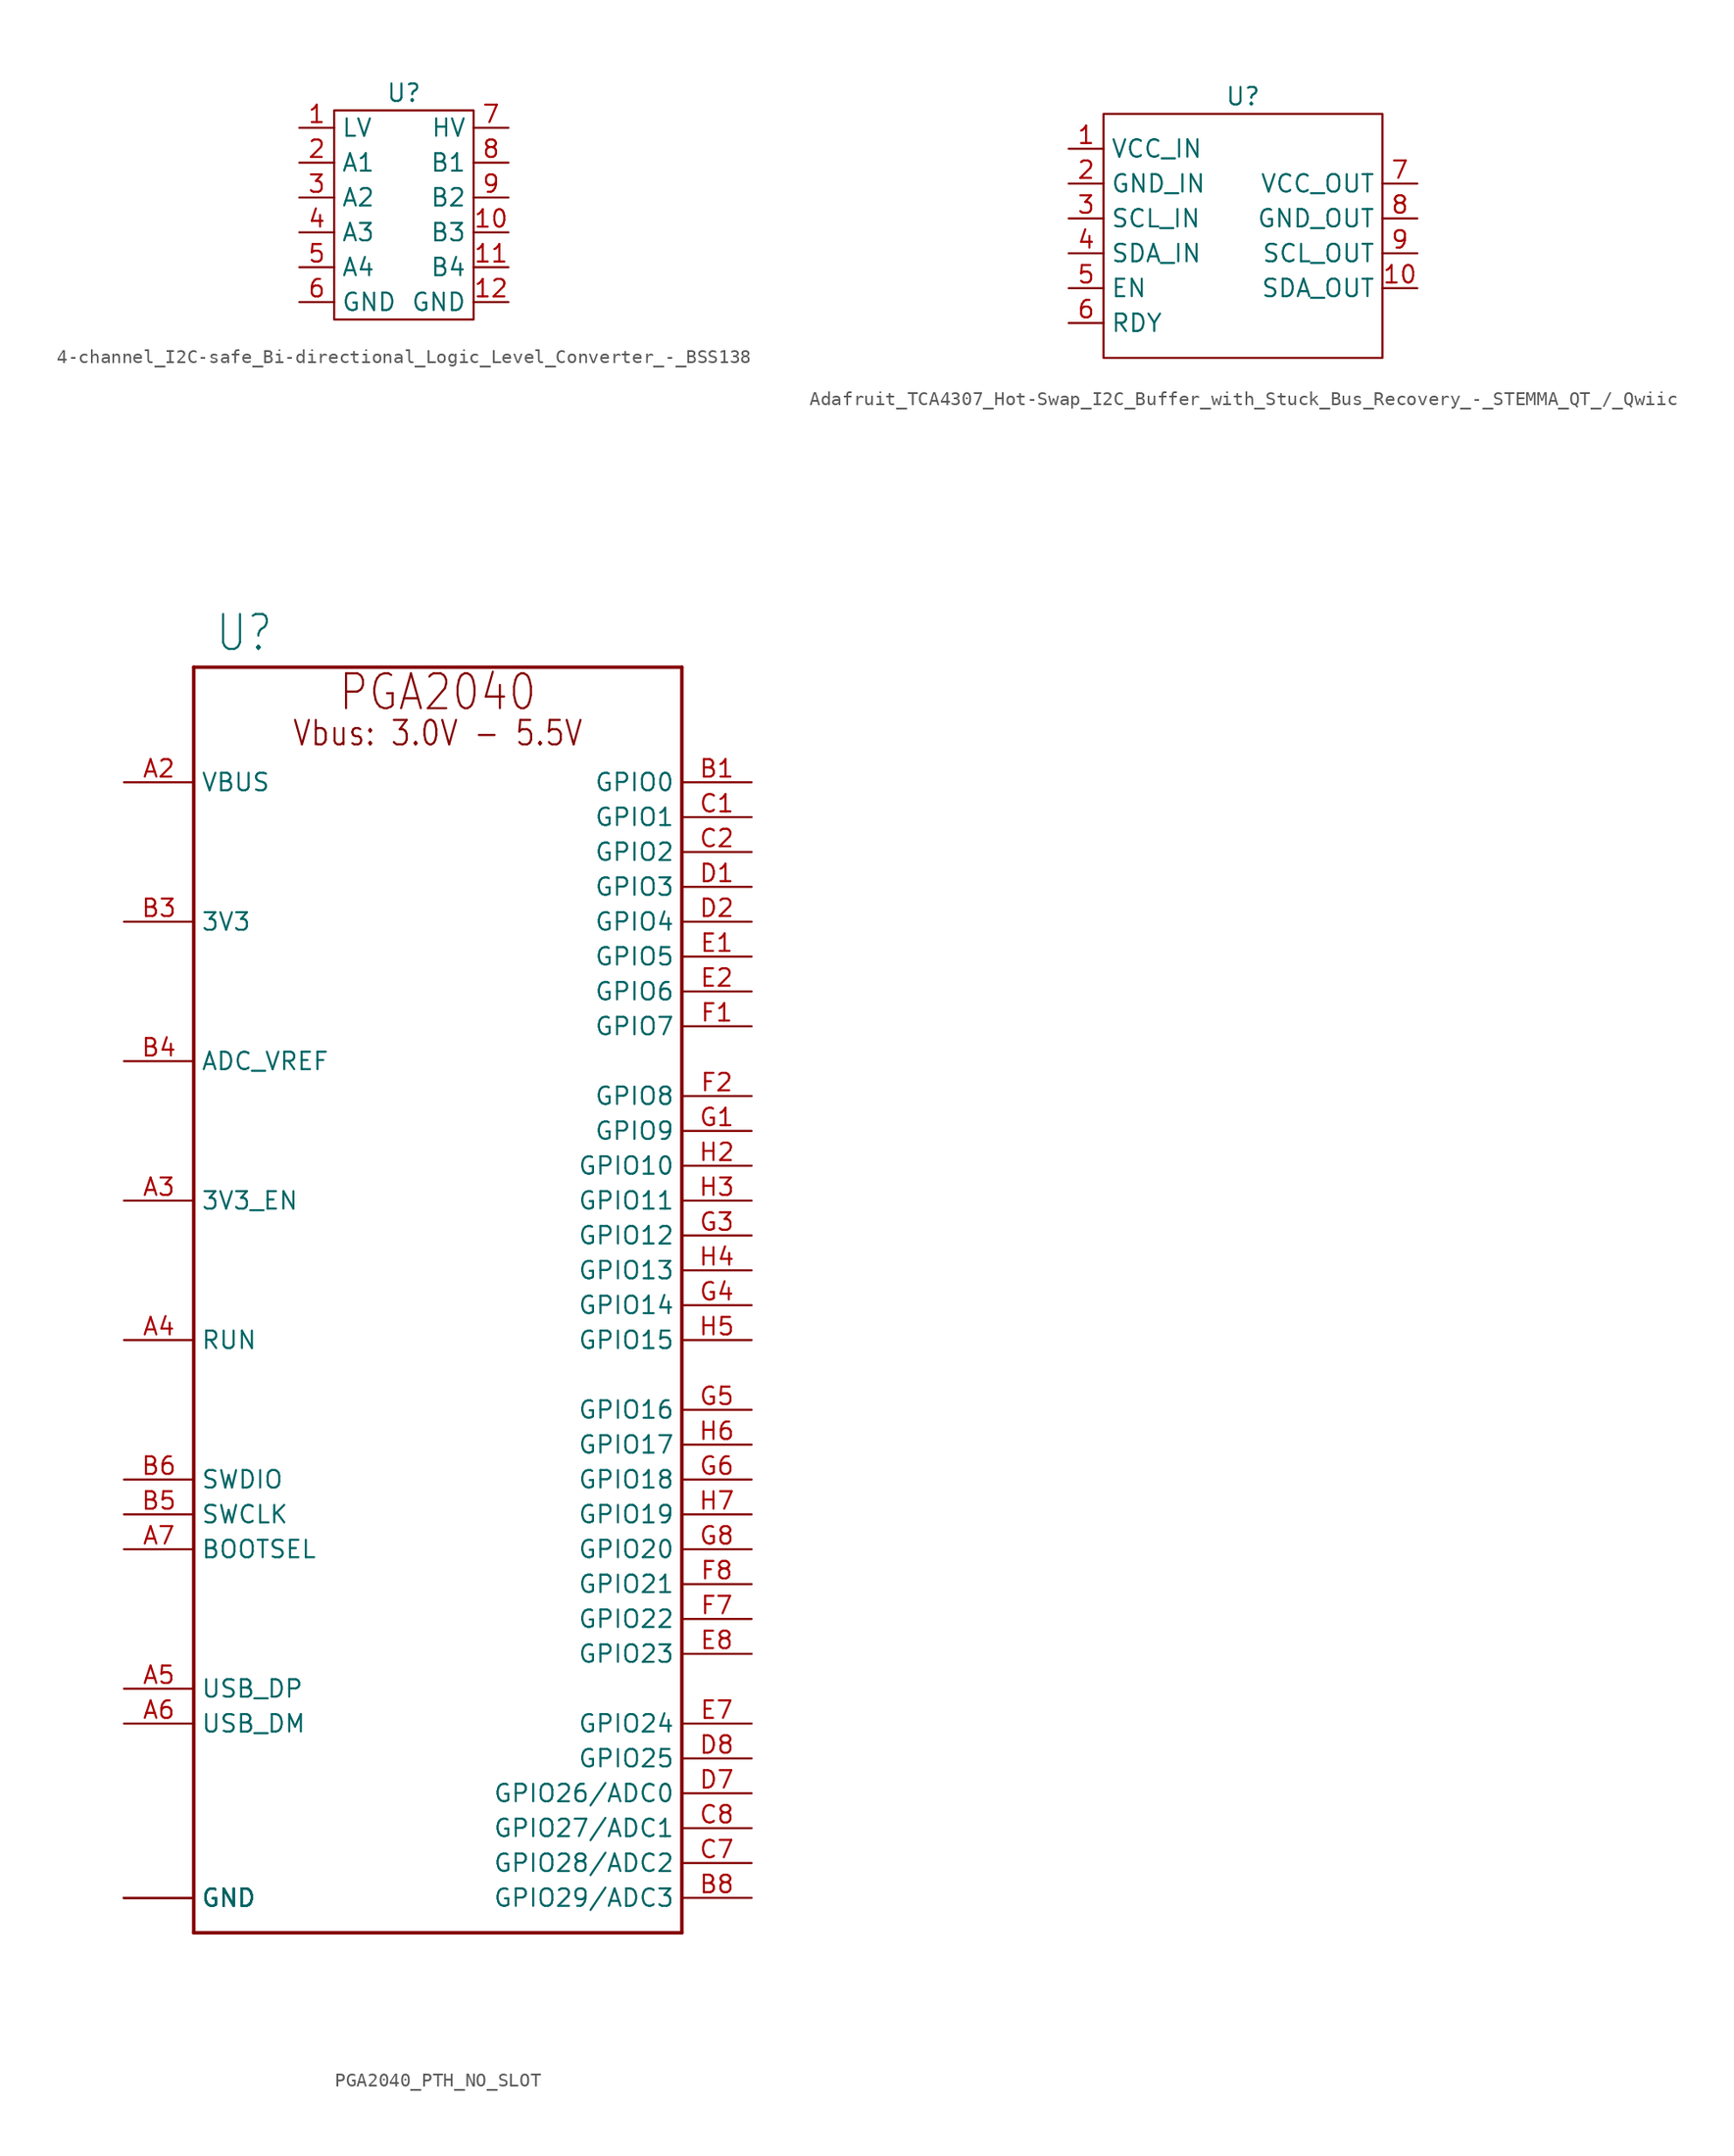
<source format=kicad_sym>
(kicad_symbol_lib
  (version 20231120)
  (generator "kicad_symbol_editor")
  (generator_version "8.0")
  (symbol "4-channel_I2C-safe_Bi-directional_Logic_Level_Converter_-_BSS138"
    (property "Reference" "U"
      (at 0 0 0)
      (effects (font (size 1.27 1.27))))
    (property "Value" ""
      (at 0 0 0)
      (effects (font (size 1.27 1.27))))
    (symbol "4-channel_I2C-safe_Bi-directional_Logic_Level_Converter_-_BSS138_0_1"
      (rectangle (start -5.08 -1.27) (end 5.08 -16.51) (stroke (width 0) (type default)) (fill (type none))))
    (symbol "4-channel_I2C-safe_Bi-directional_Logic_Level_Converter_-_BSS138_1_1"
      (pin power_in line (at -7.62 -2.54 0) (length 2.54) (name "LV" (effects (font (size 1.27 1.27)))) (number "1" (effects (font (size 1.27 1.27)))))
      (pin bidirectional line (at 7.62 -10.16 180) (length 2.54) (name "B3" (effects (font (size 1.27 1.27)))) (number "10" (effects (font (size 1.27 1.27)))))
      (pin bidirectional line (at 7.62 -12.7 180) (length 2.54) (name "B4" (effects (font (size 1.27 1.27)))) (number "11" (effects (font (size 1.27 1.27)))))
      (pin power_out line (at 7.62 -15.24 180) (length 2.54) (name "GND" (effects (font (size 1.27 1.27)))) (number "12" (effects (font (size 1.27 1.27)))))
      (pin bidirectional line (at -7.62 -5.08 0) (length 2.54) (name "A1" (effects (font (size 1.27 1.27)))) (number "2" (effects (font (size 1.27 1.27)))))
      (pin bidirectional line (at -7.62 -7.62 0) (length 2.54) (name "A2" (effects (font (size 1.27 1.27)))) (number "3" (effects (font (size 1.27 1.27)))))
      (pin bidirectional line (at -7.62 -10.16 0) (length 2.54) (name "A3" (effects (font (size 1.27 1.27)))) (number "4" (effects (font (size 1.27 1.27)))))
      (pin bidirectional line (at -7.62 -12.7 0) (length 2.54) (name "A4" (effects (font (size 1.27 1.27)))) (number "5" (effects (font (size 1.27 1.27)))))
      (pin power_out line (at -7.62 -15.24 0) (length 2.54) (name "GND" (effects (font (size 1.27 1.27)))) (number "6" (effects (font (size 1.27 1.27)))))
      (pin power_in line (at 7.62 -2.54 180) (length 2.54) (name "HV" (effects (font (size 1.27 1.27)))) (number "7" (effects (font (size 1.27 1.27)))))
      (pin bidirectional line (at 7.62 -5.08 180) (length 2.54) (name "B1" (effects (font (size 1.27 1.27)))) (number "8" (effects (font (size 1.27 1.27)))))
      (pin bidirectional line (at 7.62 -7.62 180) (length 2.54) (name "B2" (effects (font (size 1.27 1.27)))) (number "9" (effects (font (size 1.27 1.27)))))))
  (symbol "Adafruit_TCA4307_Hot-Swap_I2C_Buffer_with_Stuck_Bus_Recovery_-_STEMMA_QT_/_Qwiic"
    (property "Reference" "U"
      (at 0 0 0)
      (effects (font (size 1.27 1.27))))
    (property "Value" ""
      (at 0 0 0)
      (effects (font (size 1.27 1.27))))
    (symbol "Adafruit_TCA4307_Hot-Swap_I2C_Buffer_with_Stuck_Bus_Recovery_-_STEMMA_QT_/_Qwiic_0_1"
      (rectangle (start -10.16 -1.27) (end 10.16 -19.05) (stroke (width 0) (type default)) (fill (type none))))
    (symbol "Adafruit_TCA4307_Hot-Swap_I2C_Buffer_with_Stuck_Bus_Recovery_-_STEMMA_QT_/_Qwiic_1_1"
      (pin power_in line (at -12.7 -3.81 0) (length 2.54) (name "VCC_IN" (effects (font (size 1.27 1.27)))) (number "1" (effects (font (size 1.27 1.27)))))
      (pin bidirectional line (at 12.7 -13.97 180) (length 2.54) (name "SDA_OUT" (effects (font (size 1.27 1.27)))) (number "10" (effects (font (size 1.27 1.27)))))
      (pin power_out line (at -12.7 -6.35 0) (length 2.54) (name "GND_IN" (effects (font (size 1.27 1.27)))) (number "2" (effects (font (size 1.27 1.27)))))
      (pin bidirectional line (at -12.7 -8.89 0) (length 2.54) (name "SCL_IN" (effects (font (size 1.27 1.27)))) (number "3" (effects (font (size 1.27 1.27)))))
      (pin bidirectional line (at -12.7 -11.43 0) (length 2.54) (name "SDA_IN" (effects (font (size 1.27 1.27)))) (number "4" (effects (font (size 1.27 1.27)))))
      (pin bidirectional line (at -12.7 -13.97 0) (length 2.54) (name "EN" (effects (font (size 1.27 1.27)))) (number "5" (effects (font (size 1.27 1.27)))))
      (pin bidirectional line (at -12.7 -16.51 0) (length 2.54) (name "RDY" (effects (font (size 1.27 1.27)))) (number "6" (effects (font (size 1.27 1.27)))))
      (pin power_in line (at 12.7 -6.35 180) (length 2.54) (name "VCC_OUT" (effects (font (size 1.27 1.27)))) (number "7" (effects (font (size 1.27 1.27)))))
      (pin power_out line (at 12.7 -8.89 180) (length 2.54) (name "GND_OUT" (effects (font (size 1.27 1.27)))) (number "8" (effects (font (size 1.27 1.27)))))
      (pin bidirectional line (at 12.7 -11.43 180) (length 2.54) (name "SCL_OUT" (effects (font (size 1.27 1.27)))) (number "9" (effects (font (size 1.27 1.27)))))))
  (symbol "PGA2040_PTH_NO_SLOT"
    (property "Reference" "U"
      (at -16.256 44.958 0)
      (effects (font (size 2.54 2.159)) (justify left bottom)))
    (symbol "PGA2040_PTH_NO_SLOT_1_0"
      (polyline (pts (xy -17.78 -48.26) (xy -17.78 43.942)) (stroke (width 0.254) (type solid)) (fill (type none)))
      (polyline (pts (xy -17.78 43.942) (xy 17.78 43.942)) (stroke (width 0.254) (type solid)) (fill (type none)))
      (polyline (pts (xy 17.78 -48.26) (xy -17.78 -48.26)) (stroke (width 0.254) (type solid)) (fill (type none)))
      (polyline (pts (xy 17.78 43.942) (xy 17.78 -48.26)) (stroke (width 0.254) (type solid)) (fill (type none)))
      (text "PGA2040" (at 0 40.64 0) (effects (font (size 2.54 2.159)) (justify bottom)))
      (text "Vbus: 3.0V - 5.5V" (at 0 38.1 0) (effects (font (size 1.778 1.511)) (justify bottom)))
      (pin bidirectional line (at -22.86 -45.72 0) (length 5.08) (name "GND" (effects (font (size 1.27 1.27)))) (number "A1" (effects (font (size 0 0)))))
      (pin bidirectional line (at -22.86 35.56 0) (length 5.08) (name "VBUS" (effects (font (size 1.27 1.27)))) (number "A2" (effects (font (size 1.27 1.27)))))
      (pin bidirectional line (at -22.86 5.08 0) (length 5.08) (name "3V3_EN" (effects (font (size 1.27 1.27)))) (number "A3" (effects (font (size 1.27 1.27)))))
      (pin bidirectional line (at -22.86 -5.08 0) (length 5.08) (name "RUN" (effects (font (size 1.27 1.27)))) (number "A4" (effects (font (size 1.27 1.27)))))
      (pin bidirectional line (at -22.86 -30.48 0) (length 5.08) (name "USB_DP" (effects (font (size 1.27 1.27)))) (number "A5" (effects (font (size 1.27 1.27)))))
      (pin bidirectional line (at -22.86 -33.02 0) (length 5.08) (name "USB_DM" (effects (font (size 1.27 1.27)))) (number "A6" (effects (font (size 1.27 1.27)))))
      (pin bidirectional line (at -22.86 -20.32 0) (length 5.08) (name "BOOTSEL" (effects (font (size 1.27 1.27)))) (number "A7" (effects (font (size 1.27 1.27)))))
      (pin bidirectional line (at -22.86 -45.72 0) (length 5.08) (name "GND" (effects (font (size 1.27 1.27)))) (number "A8" (effects (font (size 0 0)))))
      (pin bidirectional line (at 22.86 35.56 180) (length 5.08) (name "GPIO0" (effects (font (size 1.27 1.27)))) (number "B1" (effects (font (size 1.27 1.27)))))
      (pin bidirectional line (at -22.86 -45.72 0) (length 5.08) (name "GND" (effects (font (size 1.27 1.27)))) (number "B2" (effects (font (size 0 0)))))
      (pin bidirectional line (at -22.86 25.4 0) (length 5.08) (name "3V3" (effects (font (size 1.27 1.27)))) (number "B3" (effects (font (size 1.27 1.27)))))
      (pin bidirectional line (at -22.86 15.24 0) (length 5.08) (name "ADC_VREF" (effects (font (size 1.27 1.27)))) (number "B4" (effects (font (size 1.27 1.27)))))
      (pin bidirectional line (at -22.86 -17.78 0) (length 5.08) (name "SWCLK" (effects (font (size 1.27 1.27)))) (number "B5" (effects (font (size 1.27 1.27)))))
      (pin bidirectional line (at -22.86 -15.24 0) (length 5.08) (name "SWDIO" (effects (font (size 1.27 1.27)))) (number "B6" (effects (font (size 1.27 1.27)))))
      (pin bidirectional line (at -22.86 -45.72 0) (length 5.08) (name "GND" (effects (font (size 1.27 1.27)))) (number "B7" (effects (font (size 0 0)))))
      (pin bidirectional line (at 22.86 -45.72 180) (length 5.08) (name "GPIO29/ADC3" (effects (font (size 1.27 1.27)))) (number "B8" (effects (font (size 1.27 1.27)))))
      (pin bidirectional line (at 22.86 33.02 180) (length 5.08) (name "GPIO1" (effects (font (size 1.27 1.27)))) (number "C1" (effects (font (size 1.27 1.27)))))
      (pin bidirectional line (at 22.86 30.48 180) (length 5.08) (name "GPIO2" (effects (font (size 1.27 1.27)))) (number "C2" (effects (font (size 1.27 1.27)))))
      (pin bidirectional line (at 22.86 -43.18 180) (length 5.08) (name "GPIO28/ADC2" (effects (font (size 1.27 1.27)))) (number "C7" (effects (font (size 1.27 1.27)))))
      (pin bidirectional line (at 22.86 -40.64 180) (length 5.08) (name "GPIO27/ADC1" (effects (font (size 1.27 1.27)))) (number "C8" (effects (font (size 1.27 1.27)))))
      (pin bidirectional line (at 22.86 27.94 180) (length 5.08) (name "GPIO3" (effects (font (size 1.27 1.27)))) (number "D1" (effects (font (size 1.27 1.27)))))
      (pin bidirectional line (at 22.86 25.4 180) (length 5.08) (name "GPIO4" (effects (font (size 1.27 1.27)))) (number "D2" (effects (font (size 1.27 1.27)))))
      (pin bidirectional line (at 22.86 -38.1 180) (length 5.08) (name "GPIO26/ADC0" (effects (font (size 1.27 1.27)))) (number "D7" (effects (font (size 1.27 1.27)))))
      (pin bidirectional line (at 22.86 -35.56 180) (length 5.08) (name "GPIO25" (effects (font (size 1.27 1.27)))) (number "D8" (effects (font (size 1.27 1.27)))))
      (pin bidirectional line (at 22.86 22.86 180) (length 5.08) (name "GPIO5" (effects (font (size 1.27 1.27)))) (number "E1" (effects (font (size 1.27 1.27)))))
      (pin bidirectional line (at 22.86 20.32 180) (length 5.08) (name "GPIO6" (effects (font (size 1.27 1.27)))) (number "E2" (effects (font (size 1.27 1.27)))))
      (pin bidirectional line (at 22.86 -33.02 180) (length 5.08) (name "GPIO24" (effects (font (size 1.27 1.27)))) (number "E7" (effects (font (size 1.27 1.27)))))
      (pin bidirectional line (at 22.86 -27.94 180) (length 5.08) (name "GPIO23" (effects (font (size 1.27 1.27)))) (number "E8" (effects (font (size 1.27 1.27)))))
      (pin bidirectional line (at 22.86 17.78 180) (length 5.08) (name "GPIO7" (effects (font (size 1.27 1.27)))) (number "F1" (effects (font (size 1.27 1.27)))))
      (pin bidirectional line (at 22.86 12.7 180) (length 5.08) (name "GPIO8" (effects (font (size 1.27 1.27)))) (number "F2" (effects (font (size 1.27 1.27)))))
      (pin bidirectional line (at 22.86 -25.4 180) (length 5.08) (name "GPIO22" (effects (font (size 1.27 1.27)))) (number "F7" (effects (font (size 1.27 1.27)))))
      (pin bidirectional line (at 22.86 -22.86 180) (length 5.08) (name "GPIO21" (effects (font (size 1.27 1.27)))) (number "F8" (effects (font (size 1.27 1.27)))))
      (pin bidirectional line (at 22.86 10.16 180) (length 5.08) (name "GPIO9" (effects (font (size 1.27 1.27)))) (number "G1" (effects (font (size 1.27 1.27)))))
      (pin bidirectional line (at -22.86 -45.72 0) (length 5.08) (name "GND" (effects (font (size 1.27 1.27)))) (number "G2" (effects (font (size 0 0)))))
      (pin bidirectional line (at 22.86 2.54 180) (length 5.08) (name "GPIO12" (effects (font (size 1.27 1.27)))) (number "G3" (effects (font (size 1.27 1.27)))))
      (pin bidirectional line (at 22.86 -2.54 180) (length 5.08) (name "GPIO14" (effects (font (size 1.27 1.27)))) (number "G4" (effects (font (size 1.27 1.27)))))
      (pin bidirectional line (at 22.86 -10.16 180) (length 5.08) (name "GPIO16" (effects (font (size 1.27 1.27)))) (number "G5" (effects (font (size 1.27 1.27)))))
      (pin bidirectional line (at 22.86 -15.24 180) (length 5.08) (name "GPIO18" (effects (font (size 1.27 1.27)))) (number "G6" (effects (font (size 1.27 1.27)))))
      (pin bidirectional line (at -22.86 -45.72 0) (length 5.08) (name "GND" (effects (font (size 1.27 1.27)))) (number "G7" (effects (font (size 0 0)))))
      (pin bidirectional line (at 22.86 -20.32 180) (length 5.08) (name "GPIO20" (effects (font (size 1.27 1.27)))) (number "G8" (effects (font (size 1.27 1.27)))))
      (pin bidirectional line (at -22.86 -45.72 0) (length 5.08) (name "GND" (effects (font (size 1.27 1.27)))) (number "H1" (effects (font (size 0 0)))))
      (pin bidirectional line (at 22.86 7.62 180) (length 5.08) (name "GPIO10" (effects (font (size 1.27 1.27)))) (number "H2" (effects (font (size 1.27 1.27)))))
      (pin bidirectional line (at 22.86 5.08 180) (length 5.08) (name "GPIO11" (effects (font (size 1.27 1.27)))) (number "H3" (effects (font (size 1.27 1.27)))))
      (pin bidirectional line (at 22.86 0 180) (length 5.08) (name "GPIO13" (effects (font (size 1.27 1.27)))) (number "H4" (effects (font (size 1.27 1.27)))))
      (pin bidirectional line (at 22.86 -5.08 180) (length 5.08) (name "GPIO15" (effects (font (size 1.27 1.27)))) (number "H5" (effects (font (size 1.27 1.27)))))
      (pin bidirectional line (at 22.86 -12.7 180) (length 5.08) (name "GPIO17" (effects (font (size 1.27 1.27)))) (number "H6" (effects (font (size 1.27 1.27)))))
      (pin bidirectional line (at 22.86 -17.78 180) (length 5.08) (name "GPIO19" (effects (font (size 1.27 1.27)))) (number "H7" (effects (font (size 1.27 1.27)))))
      (pin bidirectional line (at -22.86 -45.72 0) (length 5.08) (name "GND" (effects (font (size 1.27 1.27)))) (number "H8" (effects (font (size 0 0))))))))
</source>
